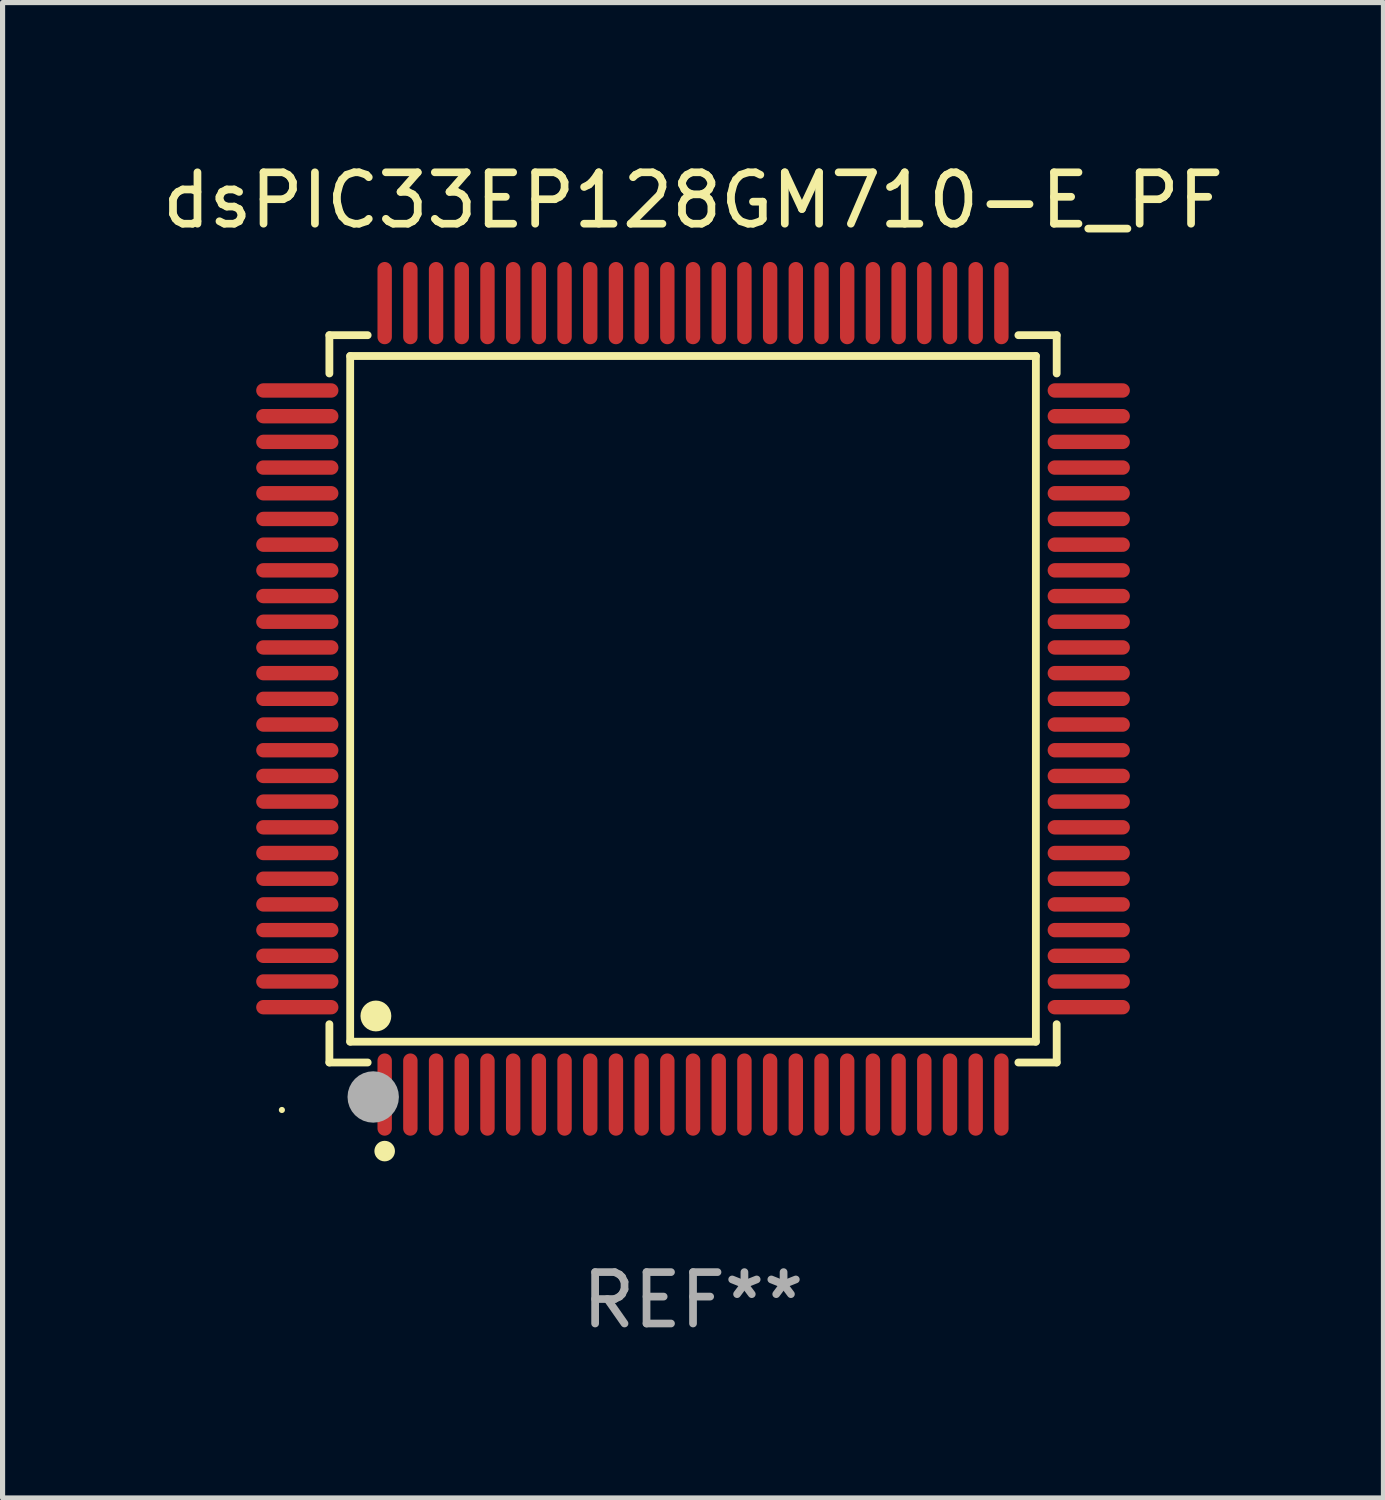
<source format=kicad_pcb>
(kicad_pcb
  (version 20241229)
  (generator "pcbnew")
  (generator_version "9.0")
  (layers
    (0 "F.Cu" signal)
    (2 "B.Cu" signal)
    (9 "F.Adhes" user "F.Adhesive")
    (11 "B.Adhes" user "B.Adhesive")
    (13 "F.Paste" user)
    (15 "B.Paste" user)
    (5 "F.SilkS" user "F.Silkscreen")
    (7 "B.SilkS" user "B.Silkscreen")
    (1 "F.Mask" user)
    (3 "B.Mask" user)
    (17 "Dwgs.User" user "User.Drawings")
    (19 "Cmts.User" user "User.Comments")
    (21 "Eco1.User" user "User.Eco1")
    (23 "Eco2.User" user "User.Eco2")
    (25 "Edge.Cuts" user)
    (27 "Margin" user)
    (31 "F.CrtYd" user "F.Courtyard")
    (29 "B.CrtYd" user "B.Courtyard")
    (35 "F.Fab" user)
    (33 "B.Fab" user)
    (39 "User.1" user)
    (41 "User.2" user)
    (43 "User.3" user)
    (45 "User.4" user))
  (footprint "dsPIC33EP128GM710-E_PF"
    (layer "F.Cu")
    (at 10.435 10.548)
    (property "Reference" "dsPIC33EP128GM710-E_PF" (at 0 -9.7 0) (layer "F.SilkS") (effects (font (size 1 1) (thickness 0.15))))
    (attr through_hole)
    (fp_line (start -7.076 -7.076) (end -6.331 -7.076) (stroke (width 0.152) (type solid)) (layer "F.SilkS"))
    (fp_line (start -7.076 -6.331) (end -7.076 -7.076) (stroke (width 0.152) (type solid)) (layer "F.SilkS"))
    (fp_line (start -7.076 6.331) (end -7.076 7.076) (stroke (width 0.152) (type solid)) (layer "F.SilkS"))
    (fp_line (start -7.076 7.076) (end -6.331 7.076) (stroke (width 0.152) (type solid)) (layer "F.SilkS"))
    (fp_line (start -6.671 -6.671) (end 6.671 -6.671) (stroke (width 0.152) (type solid)) (layer "F.SilkS"))
    (fp_line (start -6.671 6.671) (end -6.671 -6.671) (stroke (width 0.152) (type solid)) (layer "F.SilkS"))
    (fp_line (start 6.671 -6.671) (end 6.671 6.671) (stroke (width 0.152) (type solid)) (layer "F.SilkS"))
    (fp_line (start 6.671 6.671) (end -6.671 6.671) (stroke (width 0.152) (type solid)) (layer "F.SilkS"))
    (fp_line (start 7.076 -7.076) (end 6.331 -7.076) (stroke (width 0.152) (type solid)) (layer "F.SilkS"))
    (fp_line (start 7.076 -6.331) (end 7.076 -7.076) (stroke (width 0.152) (type solid)) (layer "F.SilkS"))
    (fp_line (start 7.076 6.331) (end 7.076 7.076) (stroke (width 0.152) (type solid)) (layer "F.SilkS"))
    (fp_line (start 7.076 7.076) (end 6.331 7.076) (stroke (width 0.152) (type solid)) (layer "F.SilkS"))
    (fp_circle (center -8 8) (end -7.97 8) (stroke (width 0.06) (type solid)) (fill no) (layer "F.SilkS"))
    (fp_circle (center -6.171 6.171) (end -6.021 6.171) (stroke (width 0.3) (type solid)) (fill no) (layer "F.SilkS"))
    (fp_circle (center -6 8.8) (end -5.9 8.8) (stroke (width 0.2) (type solid)) (fill no) (layer "F.SilkS"))
    (fp_circle (center -6.223 7.747) (end -5.973 7.747) (stroke (width 0.5) (type solid)) (fill no) (layer "F.Fab"))
    (fp_text user "REF**" (at 0 11.7 0) (layer "F.Fab") (effects (font (size 1 1) (thickness 0.15))))
    (pad "1" smd oval (at -6 7.7) (size 0.28 1.6) (layers "F.Cu" "F.Mask" "F.Paste"))
    (pad "2" smd oval (at -5.5 7.7) (size 0.28 1.6) (layers "F.Cu" "F.Mask" "F.Paste"))
    (pad "3" smd oval (at -5 7.7) (size 0.28 1.6) (layers "F.Cu" "F.Mask" "F.Paste"))
    (pad "4" smd oval (at -4.5 7.7) (size 0.28 1.6) (layers "F.Cu" "F.Mask" "F.Paste"))
    (pad "5" smd oval (at -4 7.7) (size 0.28 1.6) (layers "F.Cu" "F.Mask" "F.Paste"))
    (pad "6" smd oval (at -3.5 7.7) (size 0.28 1.6) (layers "F.Cu" "F.Mask" "F.Paste"))
    (pad "7" smd oval (at -3 7.7) (size 0.28 1.6) (layers "F.Cu" "F.Mask" "F.Paste"))
    (pad "8" smd oval (at -2.5 7.7) (size 0.28 1.6) (layers "F.Cu" "F.Mask" "F.Paste"))
    (pad "9" smd oval (at -2 7.7) (size 0.28 1.6) (layers "F.Cu" "F.Mask" "F.Paste"))
    (pad "10" smd oval (at -1.5 7.7) (size 0.28 1.6) (layers "F.Cu" "F.Mask" "F.Paste"))
    (pad "11" smd oval (at -1 7.7) (size 0.28 1.6) (layers "F.Cu" "F.Mask" "F.Paste"))
    (pad "12" smd oval (at -0.5 7.7) (size 0.28 1.6) (layers "F.Cu" "F.Mask" "F.Paste"))
    (pad "13" smd oval (at 0 7.7) (size 0.28 1.6) (layers "F.Cu" "F.Mask" "F.Paste"))
    (pad "14" smd oval (at 0.5 7.7) (size 0.28 1.6) (layers "F.Cu" "F.Mask" "F.Paste"))
    (pad "15" smd oval (at 1 7.7) (size 0.28 1.6) (layers "F.Cu" "F.Mask" "F.Paste"))
    (pad "16" smd oval (at 1.5 7.7) (size 0.28 1.6) (layers "F.Cu" "F.Mask" "F.Paste"))
    (pad "17" smd oval (at 2 7.7) (size 0.28 1.6) (layers "F.Cu" "F.Mask" "F.Paste"))
    (pad "18" smd oval (at 2.5 7.7) (size 0.28 1.6) (layers "F.Cu" "F.Mask" "F.Paste"))
    (pad "19" smd oval (at 3 7.7) (size 0.28 1.6) (layers "F.Cu" "F.Mask" "F.Paste"))
    (pad "20" smd oval (at 3.5 7.7) (size 0.28 1.6) (layers "F.Cu" "F.Mask" "F.Paste"))
    (pad "21" smd oval (at 4 7.7) (size 0.28 1.6) (layers "F.Cu" "F.Mask" "F.Paste"))
    (pad "22" smd oval (at 4.5 7.7) (size 0.28 1.6) (layers "F.Cu" "F.Mask" "F.Paste"))
    (pad "23" smd oval (at 5 7.7) (size 0.28 1.6) (layers "F.Cu" "F.Mask" "F.Paste"))
    (pad "24" smd oval (at 5.5 7.7) (size 0.28 1.6) (layers "F.Cu" "F.Mask" "F.Paste"))
    (pad "25" smd oval (at 6 7.7) (size 0.28 1.6) (layers "F.Cu" "F.Mask" "F.Paste"))
    (pad "26" smd oval (at 7.7 6) (size 1.6 0.28) (layers "F.Cu" "F.Mask" "F.Paste"))
    (pad "27" smd oval (at 7.7 5.5) (size 1.6 0.28) (layers "F.Cu" "F.Mask" "F.Paste"))
    (pad "28" smd oval (at 7.7 5) (size 1.6 0.28) (layers "F.Cu" "F.Mask" "F.Paste"))
    (pad "29" smd oval (at 7.7 4.5) (size 1.6 0.28) (layers "F.Cu" "F.Mask" "F.Paste"))
    (pad "30" smd oval (at 7.7 4) (size 1.6 0.28) (layers "F.Cu" "F.Mask" "F.Paste"))
    (pad "31" smd oval (at 7.7 3.5) (size 1.6 0.28) (layers "F.Cu" "F.Mask" "F.Paste"))
    (pad "32" smd oval (at 7.7 3) (size 1.6 0.28) (layers "F.Cu" "F.Mask" "F.Paste"))
    (pad "33" smd oval (at 7.7 2.5) (size 1.6 0.28) (layers "F.Cu" "F.Mask" "F.Paste"))
    (pad "34" smd oval (at 7.7 2) (size 1.6 0.28) (layers "F.Cu" "F.Mask" "F.Paste"))
    (pad "35" smd oval (at 7.7 1.5) (size 1.6 0.28) (layers "F.Cu" "F.Mask" "F.Paste"))
    (pad "36" smd oval (at 7.7 1) (size 1.6 0.28) (layers "F.Cu" "F.Mask" "F.Paste"))
    (pad "37" smd oval (at 7.7 0.5) (size 1.6 0.28) (layers "F.Cu" "F.Mask" "F.Paste"))
    (pad "38" smd oval (at 7.7 0) (size 1.6 0.28) (layers "F.Cu" "F.Mask" "F.Paste"))
    (pad "39" smd oval (at 7.7 -0.5) (size 1.6 0.28) (layers "F.Cu" "F.Mask" "F.Paste"))
    (pad "40" smd oval (at 7.7 -1) (size 1.6 0.28) (layers "F.Cu" "F.Mask" "F.Paste"))
    (pad "41" smd oval (at 7.7 -1.5) (size 1.6 0.28) (layers "F.Cu" "F.Mask" "F.Paste"))
    (pad "42" smd oval (at 7.7 -2) (size 1.6 0.28) (layers "F.Cu" "F.Mask" "F.Paste"))
    (pad "43" smd oval (at 7.7 -2.5) (size 1.6 0.28) (layers "F.Cu" "F.Mask" "F.Paste"))
    (pad "44" smd oval (at 7.7 -3) (size 1.6 0.28) (layers "F.Cu" "F.Mask" "F.Paste"))
    (pad "45" smd oval (at 7.7 -3.5) (size 1.6 0.28) (layers "F.Cu" "F.Mask" "F.Paste"))
    (pad "46" smd oval (at 7.7 -4) (size 1.6 0.28) (layers "F.Cu" "F.Mask" "F.Paste"))
    (pad "47" smd oval (at 7.7 -4.5) (size 1.6 0.28) (layers "F.Cu" "F.Mask" "F.Paste"))
    (pad "48" smd oval (at 7.7 -5) (size 1.6 0.28) (layers "F.Cu" "F.Mask" "F.Paste"))
    (pad "49" smd oval (at 7.7 -5.5) (size 1.6 0.28) (layers "F.Cu" "F.Mask" "F.Paste"))
    (pad "50" smd oval (at 7.7 -6) (size 1.6 0.28) (layers "F.Cu" "F.Mask" "F.Paste"))
    (pad "51" smd oval (at 6 -7.7) (size 0.28 1.6) (layers "F.Cu" "F.Mask" "F.Paste"))
    (pad "52" smd oval (at 5.5 -7.7) (size 0.28 1.6) (layers "F.Cu" "F.Mask" "F.Paste"))
    (pad "53" smd oval (at 5 -7.7) (size 0.28 1.6) (layers "F.Cu" "F.Mask" "F.Paste"))
    (pad "54" smd oval (at 4.5 -7.7) (size 0.28 1.6) (layers "F.Cu" "F.Mask" "F.Paste"))
    (pad "55" smd oval (at 4 -7.7) (size 0.28 1.6) (layers "F.Cu" "F.Mask" "F.Paste"))
    (pad "56" smd oval (at 3.5 -7.7) (size 0.28 1.6) (layers "F.Cu" "F.Mask" "F.Paste"))
    (pad "57" smd oval (at 3 -7.7) (size 0.28 1.6) (layers "F.Cu" "F.Mask" "F.Paste"))
    (pad "58" smd oval (at 2.5 -7.7) (size 0.28 1.6) (layers "F.Cu" "F.Mask" "F.Paste"))
    (pad "59" smd oval (at 2 -7.7) (size 0.28 1.6) (layers "F.Cu" "F.Mask" "F.Paste"))
    (pad "60" smd oval (at 1.5 -7.7) (size 0.28 1.6) (layers "F.Cu" "F.Mask" "F.Paste"))
    (pad "61" smd oval (at 1 -7.7) (size 0.28 1.6) (layers "F.Cu" "F.Mask" "F.Paste"))
    (pad "62" smd oval (at 0.5 -7.7) (size 0.28 1.6) (layers "F.Cu" "F.Mask" "F.Paste"))
    (pad "63" smd oval (at 0 -7.7) (size 0.28 1.6) (layers "F.Cu" "F.Mask" "F.Paste"))
    (pad "64" smd oval (at -0.5 -7.7) (size 0.28 1.6) (layers "F.Cu" "F.Mask" "F.Paste"))
    (pad "65" smd oval (at -1 -7.7) (size 0.28 1.6) (layers "F.Cu" "F.Mask" "F.Paste"))
    (pad "66" smd oval (at -1.5 -7.7) (size 0.28 1.6) (layers "F.Cu" "F.Mask" "F.Paste"))
    (pad "67" smd oval (at -2 -7.7) (size 0.28 1.6) (layers "F.Cu" "F.Mask" "F.Paste"))
    (pad "68" smd oval (at -2.5 -7.7) (size 0.28 1.6) (layers "F.Cu" "F.Mask" "F.Paste"))
    (pad "69" smd oval (at -3 -7.7) (size 0.28 1.6) (layers "F.Cu" "F.Mask" "F.Paste"))
    (pad "70" smd oval (at -3.5 -7.7) (size 0.28 1.6) (layers "F.Cu" "F.Mask" "F.Paste"))
    (pad "71" smd oval (at -4 -7.7) (size 0.28 1.6) (layers "F.Cu" "F.Mask" "F.Paste"))
    (pad "72" smd oval (at -4.5 -7.7) (size 0.28 1.6) (layers "F.Cu" "F.Mask" "F.Paste"))
    (pad "73" smd oval (at -5 -7.7) (size 0.28 1.6) (layers "F.Cu" "F.Mask" "F.Paste"))
    (pad "74" smd oval (at -5.5 -7.7) (size 0.28 1.6) (layers "F.Cu" "F.Mask" "F.Paste"))
    (pad "75" smd oval (at -6 -7.7) (size 0.28 1.6) (layers "F.Cu" "F.Mask" "F.Paste"))
    (pad "76" smd oval (at -7.7 -6) (size 1.6 0.28) (layers "F.Cu" "F.Mask" "F.Paste"))
    (pad "77" smd oval (at -7.7 -5.5) (size 1.6 0.28) (layers "F.Cu" "F.Mask" "F.Paste"))
    (pad "78" smd oval (at -7.7 -5) (size 1.6 0.28) (layers "F.Cu" "F.Mask" "F.Paste"))
    (pad "79" smd oval (at -7.7 -4.5) (size 1.6 0.28) (layers "F.Cu" "F.Mask" "F.Paste"))
    (pad "80" smd oval (at -7.7 -4) (size 1.6 0.28) (layers "F.Cu" "F.Mask" "F.Paste"))
    (pad "81" smd oval (at -7.7 -3.5) (size 1.6 0.28) (layers "F.Cu" "F.Mask" "F.Paste"))
    (pad "82" smd oval (at -7.7 -3) (size 1.6 0.28) (layers "F.Cu" "F.Mask" "F.Paste"))
    (pad "83" smd oval (at -7.7 -2.5) (size 1.6 0.28) (layers "F.Cu" "F.Mask" "F.Paste"))
    (pad "84" smd oval (at -7.7 -2) (size 1.6 0.28) (layers "F.Cu" "F.Mask" "F.Paste"))
    (pad "85" smd oval (at -7.7 -1.5) (size 1.6 0.28) (layers "F.Cu" "F.Mask" "F.Paste"))
    (pad "86" smd oval (at -7.7 -1) (size 1.6 0.28) (layers "F.Cu" "F.Mask" "F.Paste"))
    (pad "87" smd oval (at -7.7 -0.5) (size 1.6 0.28) (layers "F.Cu" "F.Mask" "F.Paste"))
    (pad "88" smd oval (at -7.7 0) (size 1.6 0.28) (layers "F.Cu" "F.Mask" "F.Paste"))
    (pad "89" smd oval (at -7.7 0.5) (size 1.6 0.28) (layers "F.Cu" "F.Mask" "F.Paste"))
    (pad "90" smd oval (at -7.7 1) (size 1.6 0.28) (layers "F.Cu" "F.Mask" "F.Paste"))
    (pad "91" smd oval (at -7.7 1.5) (size 1.6 0.28) (layers "F.Cu" "F.Mask" "F.Paste"))
    (pad "92" smd oval (at -7.7 2) (size 1.6 0.28) (layers "F.Cu" "F.Mask" "F.Paste"))
    (pad "93" smd oval (at -7.7 2.5) (size 1.6 0.28) (layers "F.Cu" "F.Mask" "F.Paste"))
    (pad "94" smd oval (at -7.7 3) (size 1.6 0.28) (layers "F.Cu" "F.Mask" "F.Paste"))
    (pad "95" smd oval (at -7.7 3.5) (size 1.6 0.28) (layers "F.Cu" "F.Mask" "F.Paste"))
    (pad "96" smd oval (at -7.7 4) (size 1.6 0.28) (layers "F.Cu" "F.Mask" "F.Paste"))
    (pad "97" smd oval (at -7.7 4.5) (size 1.6 0.28) (layers "F.Cu" "F.Mask" "F.Paste"))
    (pad "98" smd oval (at -7.7 5) (size 1.6 0.28) (layers "F.Cu" "F.Mask" "F.Paste"))
    (pad "99" smd oval (at -7.7 5.5) (size 1.6 0.28) (layers "F.Cu" "F.Mask" "F.Paste"))
    (pad "100" smd oval (at -7.7 6) (size 1.6 0.28) (layers "F.Cu" "F.Mask" "F.Paste")))
  (gr_rect
    (start -3 -3)
    (end 23.869 26.097)
    (stroke (width 0.1) (type default))
    (fill no)
    (layer "Edge.Cuts")))
</source>
